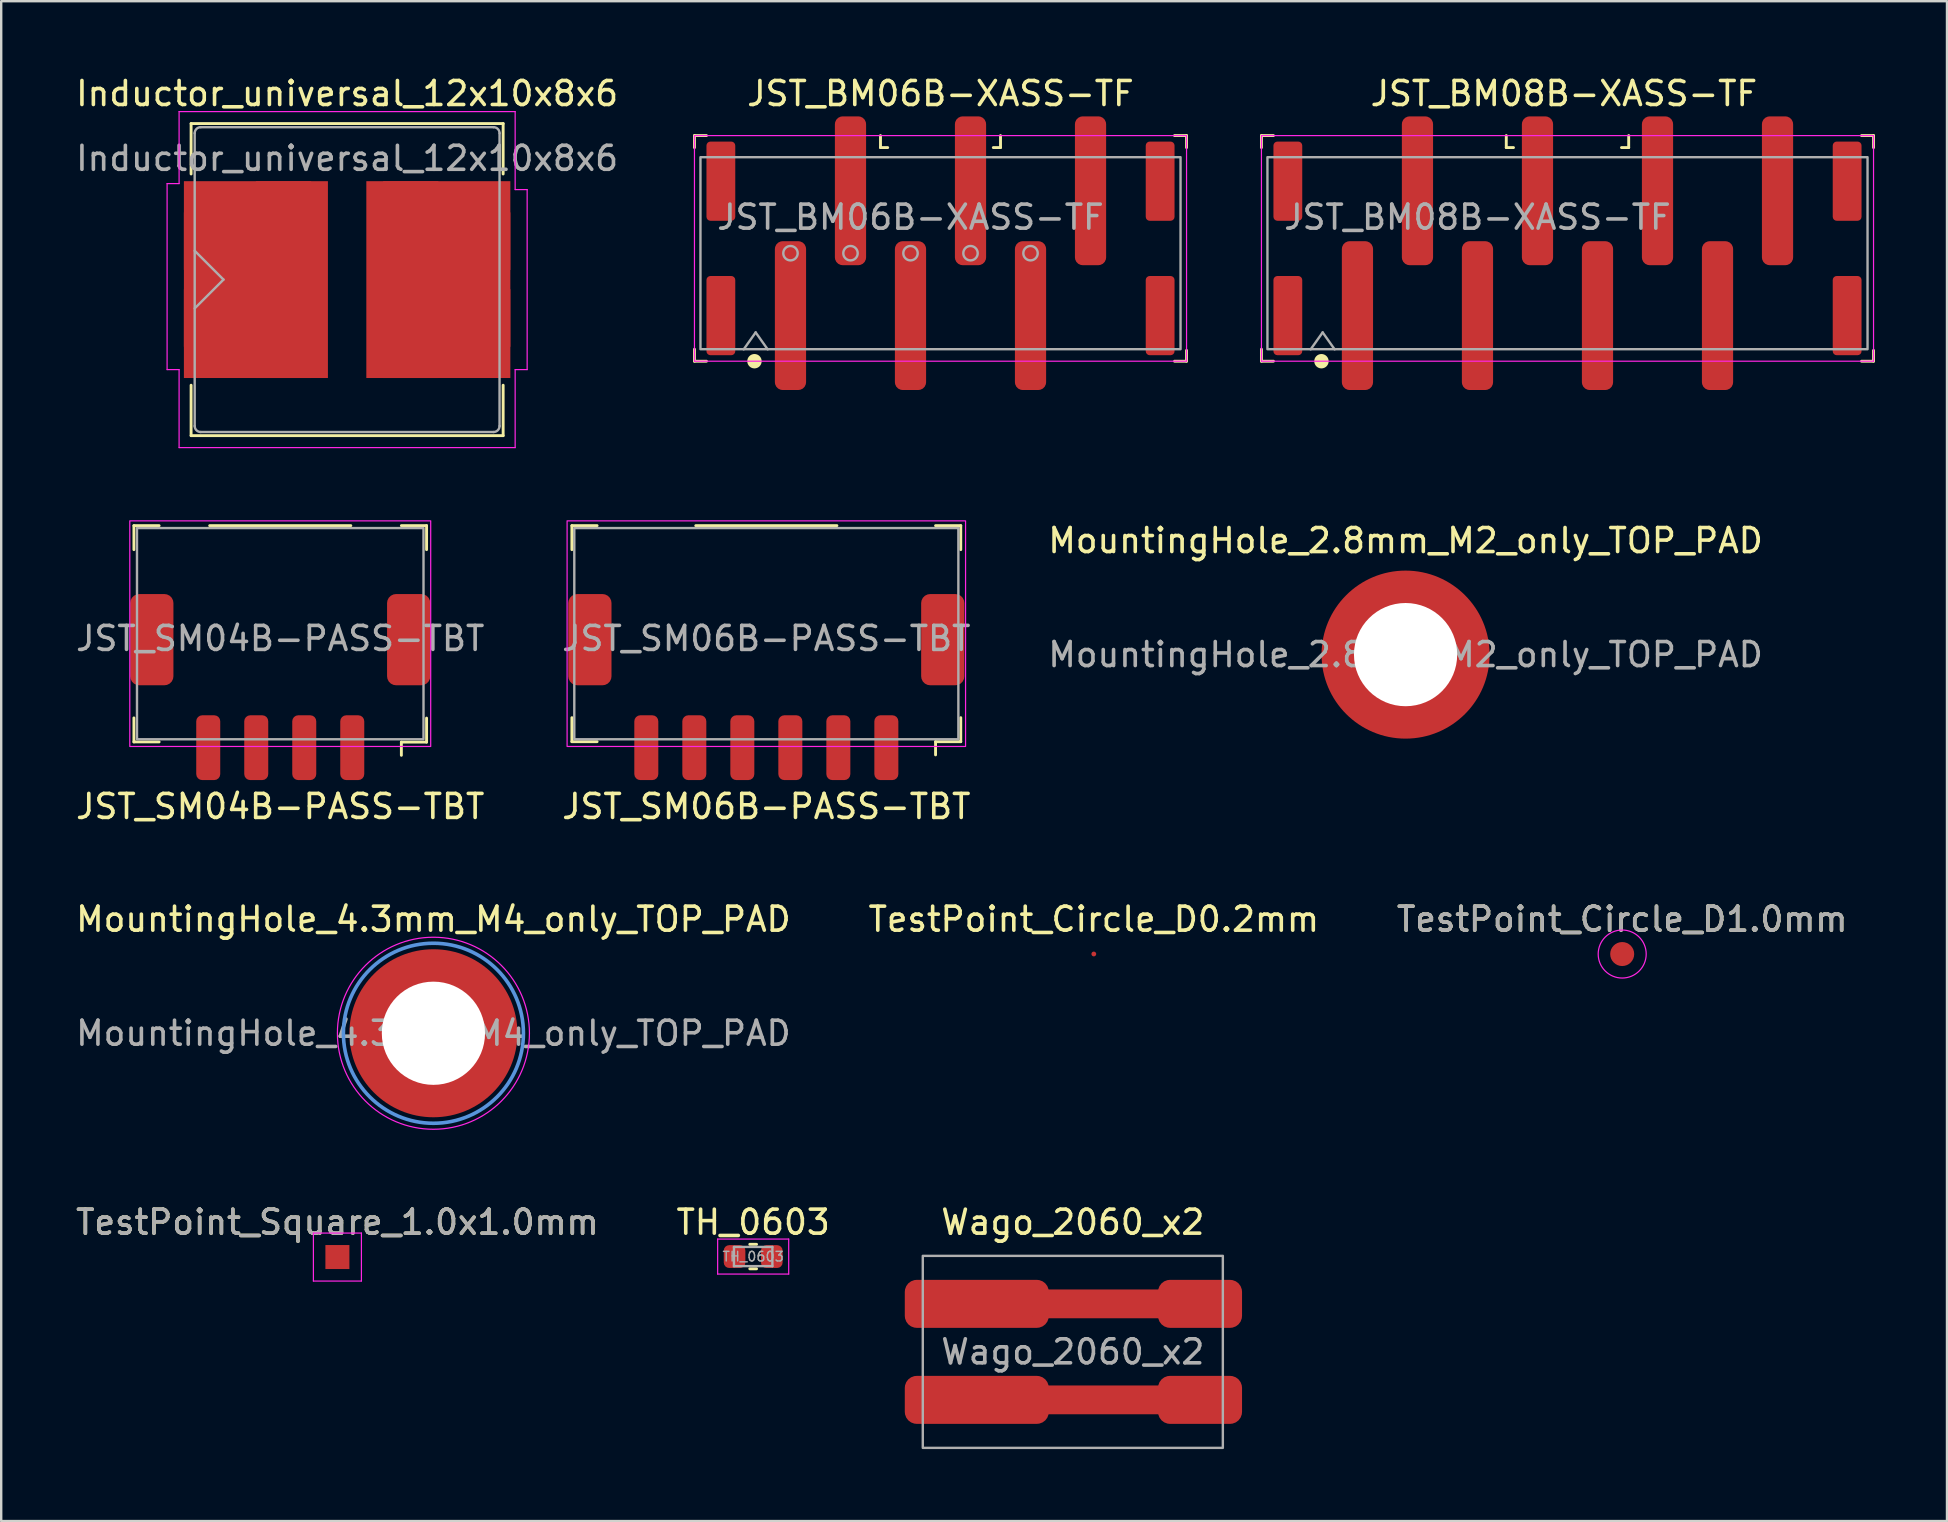
<source format=kicad_pcb>
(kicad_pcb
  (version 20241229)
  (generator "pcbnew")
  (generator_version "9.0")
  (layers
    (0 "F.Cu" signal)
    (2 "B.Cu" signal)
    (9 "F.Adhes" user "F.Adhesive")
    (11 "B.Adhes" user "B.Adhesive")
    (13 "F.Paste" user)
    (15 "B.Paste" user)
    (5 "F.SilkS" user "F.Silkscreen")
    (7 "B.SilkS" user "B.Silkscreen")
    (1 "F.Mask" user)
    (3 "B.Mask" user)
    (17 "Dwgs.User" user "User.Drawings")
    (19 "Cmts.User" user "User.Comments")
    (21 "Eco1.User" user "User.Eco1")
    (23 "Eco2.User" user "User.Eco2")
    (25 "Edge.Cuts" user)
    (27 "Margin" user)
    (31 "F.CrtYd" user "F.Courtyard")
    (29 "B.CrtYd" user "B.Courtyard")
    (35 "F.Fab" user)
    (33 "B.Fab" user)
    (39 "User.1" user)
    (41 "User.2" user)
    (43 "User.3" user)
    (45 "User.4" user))
  (footprint "TestPoint_Square_1.0x1.0mm"
    (layer "F.Cu")
    (at 11.006 49.318)
    (property "Reference" "TestPoint_Square_1.0x1.0mm" (at 0 -1.448 0) (layer "F.SilkS") (effects (font (size 1 1) (thickness 0.15))))
    (attr exclude_from_pos_files exclude_from_bom)
    (fp_line (start -1 -1) (end -1 1) (stroke (width 0.05) (type solid)) (layer "F.CrtYd"))
    (fp_line (start -1 -1) (end 1 -1) (stroke (width 0.05) (type solid)) (layer "F.CrtYd"))
    (fp_line (start 1 1) (end -1 1) (stroke (width 0.05) (type solid)) (layer "F.CrtYd"))
    (fp_line (start 1 1) (end 1 -1) (stroke (width 0.05) (type solid)) (layer "F.CrtYd"))
    (fp_text user "${REFERENCE}" (at 0 -1.45 0) (layer "F.Fab") (effects (font (size 1 1) (thickness 0.15))))
    (pad "1" smd rect (at 0 0) (size 1 1) (layers "F.Cu" "F.Mask")))
  (footprint "JST_SM04B-PASS-TBT"
    (layer "F.Cu")
    (at 8.625 23.548)
    (property "Reference" "JST_SM04B-PASS-TBT" (at 0 7 180) (layer "F.SilkS") (effects (font (size 1 1) (thickness 0.15))))
    (attr smd)
    (fp_line (start -6.096 -4.7) (end -5.046 -4.7) (stroke (width 0.12) (type solid)) (layer "F.SilkS"))
    (fp_line (start -6.096 -3.7) (end -6.096 -4.7) (stroke (width 0.12) (type solid)) (layer "F.SilkS"))
    (fp_line (start -6.096 3.31) (end -6.096 4.31) (stroke (width 0.12) (type solid)) (layer "F.SilkS"))
    (fp_line (start -6.096 4.31) (end -5.046 4.31) (stroke (width 0.12) (type solid)) (layer "F.SilkS"))
    (fp_line (start 2.94 -4.7) (end -2.94 -4.7) (stroke (width 0.12) (type solid)) (layer "F.SilkS"))
    (fp_line (start 5.046 4.318) (end 5.046 4.868) (stroke (width 0.12) (type default)) (layer "F.SilkS"))
    (fp_line (start 6.096 -4.7) (end 5.046 -4.7) (stroke (width 0.12) (type solid)) (layer "F.SilkS"))
    (fp_line (start 6.096 -3.7) (end 6.096 -4.7) (stroke (width 0.12) (type solid)) (layer "F.SilkS"))
    (fp_line (start 6.096 3.318) (end 6.096 4.318) (stroke (width 0.12) (type solid)) (layer "F.SilkS"))
    (fp_line (start 6.096 4.318) (end 5.046 4.318) (stroke (width 0.12) (type solid)) (layer "F.SilkS"))
    (fp_rect (start -6.268 -4.9) (end 6.268 4.5) (stroke (width 0.05) (type default)) (fill no) (layer "F.CrtYd"))
    (fp_rect (start -5.968 -4.6) (end 5.968 4.2) (stroke (width 0.1) (type default)) (fill no) (layer "F.Fab"))
    (fp_text user "${REFERENCE}" (at 0 0 180) (layer "F.Fab") (effects (font (size 1 1) (thickness 0.15))))
    (pad "1" smd roundrect (at 3 4.55 180) (size 1 2.7) (layers "F.Cu" "F.Mask" "F.Paste") (roundrect_rratio 0.25))
    (pad "2" smd roundrect (at 1 4.55 180) (size 1 2.7) (layers "F.Cu" "F.Mask" "F.Paste") (roundrect_rratio 0.25))
    (pad "3" smd roundrect (at -1 4.55 180) (size 1 2.7) (layers "F.Cu" "F.Mask" "F.Paste") (roundrect_rratio 0.25))
    (pad "4" smd roundrect (at -3 4.55 180) (size 1 2.7) (layers "F.Cu" "F.Mask" "F.Paste") (roundrect_rratio 0.25))
    (pad "5" smd roundrect (at 5.35 0.05 180) (size 1.8 3.8) (layers "F.Cu" "F.Mask" "F.Paste") (roundrect_rratio 0.208))
    (pad "6" smd roundrect (at -5.35 0.05 180) (size 1.8 3.8) (layers "F.Cu" "F.Mask" "F.Paste") (roundrect_rratio 0.208)))
  (footprint "Wago_2060_x2"
    (layer "F.Cu")
    (at 41.643 53.268)
    (property "Reference" "Wago_2060_x2" (at 0 -5.4 0) (unlocked yes) (layer "F.SilkS") (effects (font (size 1 1) (thickness 0.15))))
    (attr smd)
    (fp_rect (start -6.25 -4) (end 6.25 4) (stroke (width 0.1) (type solid)) (fill no) (layer "F.Fab"))
    (fp_text user "${REFERENCE}" (at 0 0 0) (unlocked yes) (layer "F.Fab") (effects (font (size 1 1) (thickness 0.15))))
    (pad "1" smd roundrect (at -4 -2 270) (size 2 6) (layers "F.Cu" "F.Mask" "F.Paste") (roundrect_rratio 0.25))
    (pad "1" smd roundrect (at 1.3 -2 270) (size 1.2 6.2) (layers "F.Cu") (roundrect_rratio 0.25))
    (pad "1" smd roundrect (at 5.3 -2 270) (size 2 3.5) (layers "F.Cu" "F.Mask" "F.Paste") (roundrect_rratio 0.25))
    (pad "2" smd roundrect (at -4 2 270) (size 2 6) (layers "F.Cu" "F.Mask" "F.Paste") (roundrect_rratio 0.25))
    (pad "2" smd roundrect (at 1.3 2 270) (size 1.2 6.2) (layers "F.Cu") (roundrect_rratio 0.25))
    (pad "2" smd roundrect (at 5.3 2 270) (size 2 3.5) (layers "F.Cu" "F.Mask" "F.Paste") (roundrect_rratio 0.25)))
  (footprint "Inductor_universal_12x10x8x6"
    (layer "F.Cu")
    (at 11.411 8.598)
    (property "Reference" "Inductor_universal_12x10x8x6" (at 0 -7.75 0) (layer "F.SilkS") (effects (font (size 1 1) (thickness 0.15))))
    (attr smd)
    (fp_line (start -6.5 -6.5) (end -6.5 -4.4) (stroke (width 0.12) (type solid)) (layer "F.SilkS"))
    (fp_line (start -6.5 -6.5) (end 6.5 -6.5) (stroke (width 0.12) (type solid)) (layer "F.SilkS"))
    (fp_line (start -6.5 4.4) (end -6.5 6.5) (stroke (width 0.12) (type solid)) (layer "F.SilkS"))
    (fp_line (start 6.5 -6.5) (end 6.5 -4.4) (stroke (width 0.12) (type solid)) (layer "F.SilkS"))
    (fp_line (start 6.5 4.4) (end 6.5 6.5) (stroke (width 0.12) (type solid)) (layer "F.SilkS"))
    (fp_line (start 6.5 6.5) (end -6.5 6.5) (stroke (width 0.12) (type solid)) (layer "F.SilkS"))
    (fp_line (start -7.5 -4) (end -7.5 3.75) (stroke (width 0.05) (type solid)) (layer "F.CrtYd"))
    (fp_line (start -7.5 -4) (end -7 -4) (stroke (width 0.05) (type solid)) (layer "F.CrtYd"))
    (fp_line (start -7 -7) (end -7 -4) (stroke (width 0.05) (type solid)) (layer "F.CrtYd"))
    (fp_line (start -7 -7) (end 7 -7) (stroke (width 0.05) (type solid)) (layer "F.CrtYd"))
    (fp_line (start -7 3.75) (end -7.5 3.75) (stroke (width 0.05) (type solid)) (layer "F.CrtYd"))
    (fp_line (start -7 7) (end -7 3.75) (stroke (width 0.05) (type solid)) (layer "F.CrtYd"))
    (fp_line (start 7 -7) (end 7 -3.75) (stroke (width 0.05) (type solid)) (layer "F.CrtYd"))
    (fp_line (start 7 3.75) (end 7 7) (stroke (width 0.05) (type solid)) (layer "F.CrtYd"))
    (fp_line (start 7 7) (end -7 7) (stroke (width 0.05) (type solid)) (layer "F.CrtYd"))
    (fp_line (start 7.5 -3.75) (end 7 -3.75) (stroke (width 0.05) (type solid)) (layer "F.CrtYd"))
    (fp_line (start 7.5 -3.75) (end 7.5 3.75) (stroke (width 0.05) (type solid)) (layer "F.CrtYd"))
    (fp_line (start 7.5 3.75) (end 7 3.75) (stroke (width 0.05) (type solid)) (layer "F.CrtYd"))
    (fp_line (start -6.35 -6.1) (end -6.35 6.1) (stroke (width 0.1) (type solid)) (layer "F.Fab"))
    (fp_line (start -6.1 -6.35) (end 6.1 -6.35) (stroke (width 0.1) (type solid)) (layer "F.Fab"))
    (fp_line (start -5.15 0) (end -6.35 -1.2) (stroke (width 0.1) (type solid)) (layer "F.Fab"))
    (fp_line (start -5.15 0) (end -6.35 1.2) (stroke (width 0.1) (type solid)) (layer "F.Fab"))
    (fp_line (start 6.1 6.35) (end -6.1 6.35) (stroke (width 0.1) (type solid)) (layer "F.Fab"))
    (fp_line (start 6.35 -6.1) (end 6.35 6.1) (stroke (width 0.1) (type solid)) (layer "F.Fab"))
    (fp_arc (start -6.35 -6.1) (mid -6.276777 -6.276777) (end -6.1 -6.35) (stroke (width 0.1) (type solid)) (layer "F.Fab"))
    (fp_arc (start -6.1 6.35) (mid -6.276777 6.276777) (end -6.35 6.1) (stroke (width 0.1) (type solid)) (layer "F.Fab"))
    (fp_arc (start 6.1 -6.35) (mid 6.276777 -6.276777) (end 6.35 -6.1) (stroke (width 0.1) (type solid)) (layer "F.Fab"))
    (fp_arc (start 6.35 6.1) (mid 6.276777 6.276777) (end 6.1 6.35) (stroke (width 0.1) (type solid)) (layer "F.Fab"))
    (fp_text user "${REFERENCE}" (at 0 -5.05 0) (layer "F.Fab") (effects (font (size 1 1) (thickness 0.15))))
    (pad "1" smd rect (at -5.6 -1.6) (size 2.4 2.4) (layers "F.Cu" "F.Mask" "F.Paste"))
    (pad "1" smd rect (at -5.6 1.6) (size 2.4 2.4) (layers "F.Cu" "F.Mask" "F.Paste"))
    (pad "1" smd rect (at -3.8 0) (size 6 8.2) (layers "F.Cu"))
    (pad "1" smd rect (at -3.25 -1.475) (size 1.1 2.15) (layers "F.Cu" "F.Mask" "F.Paste"))
    (pad "1" smd rect (at -3.25 1.5) (size 1.1 2.2) (layers "F.Cu" "F.Mask" "F.Paste"))
    (pad "1" smd rect (at -2.65 -3.55) (size 2.3 1.1) (layers "F.Cu" "F.Mask" "F.Paste"))
    (pad "1" smd rect (at -2.65 3.55) (size 2.3 1.1) (layers "F.Cu" "F.Mask" "F.Paste"))
    (pad "1" smd rect (at -1.5 -1.475) (size 1.2 2.15) (layers "F.Cu" "F.Mask" "F.Paste"))
    (pad "1" smd rect (at -1.5 1.475) (size 1.2 2.15) (layers "F.Cu" "F.Mask" "F.Paste"))
    (pad "2" smd rect (at 1.45 1.475 180) (size 1.1 2.15) (layers "F.Cu" "F.Mask" "F.Paste"))
    (pad "2" smd rect (at 1.5 -1.475 180) (size 1.2 2.15) (layers "F.Cu" "F.Mask" "F.Paste"))
    (pad "2" smd rect (at 2.65 -3.55 180) (size 2.3 1.1) (layers "F.Cu" "F.Mask" "F.Paste"))
    (pad "2" smd rect (at 2.65 3.55 180) (size 2.3 1.1) (layers "F.Cu" "F.Mask" "F.Paste"))
    (pad "2" smd rect (at 3.25 -1.475 180) (size 1.1 2.15) (layers "F.Cu" "F.Mask" "F.Paste"))
    (pad "2" smd rect (at 3.25 1.475 180) (size 1.1 2.15) (layers "F.Cu" "F.Mask" "F.Paste"))
    (pad "2" smd rect (at 3.8 0 180) (size 6 8.2) (layers "F.Cu"))
    (pad "2" smd rect (at 5.6 -1.6 180) (size 2.4 2.4) (layers "F.Cu" "F.Mask" "F.Paste"))
    (pad "2" smd rect (at 5.6 1.6 180) (size 2.4 2.4) (layers "F.Cu" "F.Mask" "F.Paste")))
  (footprint "MountingHole_4.3mm_M4_only_TOP_PAD"
    (layer "F.Cu")
    (at 15.006 39.995)
    (property "Reference" "MountingHole_4.3mm_M4_only_TOP_PAD" (at 0 -4.75 0) (layer "F.SilkS") (effects (font (size 1 1) (thickness 0.15))))
    (attr exclude_from_pos_files exclude_from_bom)
    (fp_circle (center 0 0) (end 3.75 0) (stroke (width 0.15) (type solid)) (fill no) (layer "Cmts.User"))
    (fp_circle (center 0 0) (end 4 0) (stroke (width 0.05) (type solid)) (fill no) (layer "F.CrtYd"))
    (fp_text user "${REFERENCE}" (at 0 0 0) (layer "F.Fab") (effects (font (size 1 1) (thickness 0.15))))
    (pad "" np_thru_hole circle (at 0 0) (size 7 7) (drill 4.3) (layers "F.Cu" "F.Mask")))
  (footprint "JST_BM08B-XASS-TF"
    (layer "F.Cu")
    (at 62.251 7.498)
    (property "Reference" "JST_BM08B-XASS-TF" (at -0.15 -6.65 0) (layer "F.SilkS") (effects (font (size 1 1) (thickness 0.15))))
    (attr smd)
    (fp_line (start -12.75 -4.9) (end -12.75 -4.4) (stroke (width 0.12) (type solid)) (layer "F.SilkS"))
    (fp_line (start -12.75 -4.9) (end -12.25 -4.9) (stroke (width 0.12) (type solid)) (layer "F.SilkS"))
    (fp_line (start -12.75 4) (end -12.75 4.5) (stroke (width 0.12) (type solid)) (layer "F.SilkS"))
    (fp_line (start -12.75 4.5) (end -12.25 4.5) (stroke (width 0.12) (type solid)) (layer "F.SilkS"))
    (fp_line (start -2.55 -4.9) (end -2.55 -4.4) (stroke (width 0.12) (type solid)) (layer "F.SilkS"))
    (fp_line (start -2.55 -4.4) (end -2.25 -4.4) (stroke (width 0.12) (type solid)) (layer "F.SilkS"))
    (fp_line (start 2.25 -4.4) (end 2.55 -4.4) (stroke (width 0.12) (type solid)) (layer "F.SilkS"))
    (fp_line (start 2.55 -4.9) (end 2.55 -4.4) (stroke (width 0.12) (type solid)) (layer "F.SilkS"))
    (fp_line (start 12.75 -4.9) (end 12.25 -4.9) (stroke (width 0.12) (type solid)) (layer "F.SilkS"))
    (fp_line (start 12.75 -4.9) (end 12.75 -4.4) (stroke (width 0.12) (type solid)) (layer "F.SilkS"))
    (fp_line (start 12.75 4.05) (end 12.75 4.5) (stroke (width 0.12) (type solid)) (layer "F.SilkS"))
    (fp_line (start 12.75 4.5) (end 12.25 4.5) (stroke (width 0.12) (type solid)) (layer "F.SilkS"))
    (fp_circle (center -10.25 4.5) (end -10 4.5) (stroke (width 0.1) (type solid)) (fill yes) (layer "F.SilkS"))
    (fp_line (start -12.75 -4.9) (end -12.75 4.5) (stroke (width 0.05) (type solid)) (layer "F.CrtYd"))
    (fp_line (start -12.75 4.5) (end 12.75 4.5) (stroke (width 0.05) (type solid)) (layer "F.CrtYd"))
    (fp_line (start 12.75 -4.9) (end -12.75 -4.9) (stroke (width 0.05) (type solid)) (layer "F.CrtYd"))
    (fp_line (start 12.75 4.5) (end 12.75 -4.9) (stroke (width 0.05) (type solid)) (layer "F.CrtYd"))
    (fp_line (start -10.7 4.007) (end -10.2 3.3) (stroke (width 0.1) (type solid)) (layer "F.Fab"))
    (fp_line (start -10.2 3.3) (end -9.7 4.007) (stroke (width 0.1) (type solid)) (layer "F.Fab"))
    (fp_rect (start -12.5 -4) (end 12.5 4) (stroke (width 0.1) (type default)) (fill no) (layer "F.Fab"))
    (fp_text user "${REFERENCE}" (at -3.75 -1.5 0) (layer "F.Fab") (effects (font (size 1 1) (thickness 0.15))))
    (pad "1" smd roundrect (at -8.75 2.6) (size 1.3 6.2) (layers "F.Cu" "F.Mask" "F.Paste") (roundrect_rratio 0.25))
    (pad "2" smd roundrect (at -6.25 -2.6) (size 1.3 6.2) (layers "F.Cu" "F.Mask" "F.Paste") (roundrect_rratio 0.25))
    (pad "3" smd roundrect (at -3.75 2.6) (size 1.3 6.2) (layers "F.Cu" "F.Mask" "F.Paste") (roundrect_rratio 0.25))
    (pad "4" smd roundrect (at -1.25 -2.6) (size 1.3 6.2) (layers "F.Cu" "F.Mask" "F.Paste") (roundrect_rratio 0.25))
    (pad "5" smd roundrect (at 1.25 2.6) (size 1.3 6.2) (layers "F.Cu" "F.Mask" "F.Paste") (roundrect_rratio 0.25))
    (pad "6" smd roundrect (at 3.75 -2.6) (size 1.3 6.2) (layers "F.Cu" "F.Mask" "F.Paste") (roundrect_rratio 0.25))
    (pad "7" smd roundrect (at 6.25 2.6) (size 1.3 6.2) (layers "F.Cu" "F.Mask" "F.Paste") (roundrect_rratio 0.25))
    (pad "8" smd roundrect (at 8.75 -2.6) (size 1.3 6.2) (layers "F.Cu" "F.Mask" "F.Paste") (roundrect_rratio 0.25))
    (pad "9" smd roundrect (at 11.65 -3) (size 1.2 3.3) (layers "F.Cu" "F.Mask" "F.Paste") (roundrect_rratio 0.139))
    (pad "10" smd roundrect (at 11.65 2.6) (size 1.2 3.3) (layers "F.Cu" "F.Mask" "F.Paste") (roundrect_rratio 0.139))
    (pad "11" smd roundrect (at -11.65 -3) (size 1.2 3.3) (layers "F.Cu" "F.Mask" "F.Paste") (roundrect_rratio 0.139))
    (pad "12" smd roundrect (at -11.65 2.6) (size 1.2 3.3) (layers "F.Cu" "F.Mask" "F.Paste") (roundrect_rratio 0.139)))
  (footprint "MountingHole_2.8mm_M2_only_TOP_PAD"
    (layer "F.Cu")
    (at 55.506 24.221)
    (property "Reference" "MountingHole_2.8mm_M2_only_TOP_PAD" (at 0 -4.75 0) (layer "F.SilkS") (effects (font (size 1 1) (thickness 0.15))))
    (attr exclude_from_pos_files exclude_from_bom)
    (fp_text user "${REFERENCE}" (at 0 0 0) (layer "F.Fab") (effects (font (size 1 1) (thickness 0.15))))
    (pad "" np_thru_hole circle (at 0 0) (size 7 7) (drill 4.3) (layers "F.Cu" "F.Mask")))
  (footprint "TH_0603"
    (layer "F.Cu")
    (at 28.327 49.298)
    (property "Reference" "TH_0603" (at 0 -1.43 0) (layer "F.SilkS") (effects (font (size 1 1) (thickness 0.15))))
    (attr smd)
    (fp_line (start -0.141 -0.51) (end 0.141 -0.51) (stroke (width 0.12) (type solid)) (layer "F.SilkS"))
    (fp_line (start -0.141 0.51) (end 0.141 0.51) (stroke (width 0.12) (type solid)) (layer "F.SilkS"))
    (fp_line (start -1.48 -0.73) (end 1.48 -0.73) (stroke (width 0.05) (type solid)) (layer "F.CrtYd"))
    (fp_line (start -1.48 0.73) (end -1.48 -0.73) (stroke (width 0.05) (type solid)) (layer "F.CrtYd"))
    (fp_line (start 1.48 -0.73) (end 1.48 0.73) (stroke (width 0.05) (type solid)) (layer "F.CrtYd"))
    (fp_line (start 1.48 0.73) (end -1.48 0.73) (stroke (width 0.05) (type solid)) (layer "F.CrtYd"))
    (fp_line (start -0.8 -0.4) (end 0.8 -0.4) (stroke (width 0.1) (type solid)) (layer "F.Fab"))
    (fp_line (start -0.8 0.4) (end -0.8 -0.4) (stroke (width 0.1) (type solid)) (layer "F.Fab"))
    (fp_line (start 0.8 -0.4) (end 0.8 0.4) (stroke (width 0.1) (type solid)) (layer "F.Fab"))
    (fp_line (start 0.8 0.4) (end -0.8 0.4) (stroke (width 0.1) (type solid)) (layer "F.Fab"))
    (fp_text user "${REFERENCE}" (at 0 0 0) (layer "F.Fab") (effects (font (size 0.4 0.4) (thickness 0.06))))
    (pad "1" smd roundrect (at -0.775 0) (size 0.9 0.95) (layers "F.Cu" "F.Mask" "F.Paste") (roundrect_rratio 0.25))
    (pad "2" smd roundrect (at 0.775 0) (size 0.9 0.95) (layers "F.Cu" "F.Mask" "F.Paste") (roundrect_rratio 0.25)))
  (footprint "TestPoint_Circle_D1.0mm"
    (layer "F.Cu")
    (at 64.53 36.695)
    (property "Reference" "TestPoint_Circle_D1.0mm" (at 0 -1.448 0) (layer "F.SilkS") (effects (font (size 1 1) (thickness 0.15))))
    (attr exclude_from_pos_files exclude_from_bom)
    (fp_circle (center 0 0) (end 1 0) (stroke (width 0.05) (type solid)) (fill no) (layer "F.CrtYd"))
    (fp_text user "${REFERENCE}" (at 0 -1.45 0) (layer "F.Fab") (effects (font (size 1 1) (thickness 0.15))))
    (pad "1" smd circle (at 0 0) (size 1 1) (layers "F.Cu" "F.Mask")))
  (footprint "TestPoint_Circle_D0.2mm"
    (layer "F.Cu")
    (at 42.518 36.693)
    (property "Reference" "TestPoint_Circle_D0.2mm" (at 0 -1.448 0) (layer "F.SilkS") (effects (font (size 1 1) (thickness 0.15))))
    (attr exclude_from_pos_files exclude_from_bom)
    (pad "1" smd circle (at 0 0) (size 0.2 0.2) (layers "F.Cu" "F.Mask")))
  (footprint "JST_BM06B-XASS-TF"
    (layer "F.Cu")
    (at 36.131 7.498)
    (property "Reference" "JST_BM06B-XASS-TF" (at 0 -6.65 0) (layer "F.SilkS") (effects (font (size 1 1) (thickness 0.15))))
    (attr smd)
    (fp_line (start -10.25 -4.9) (end -10.25 -4.4) (stroke (width 0.12) (type solid)) (layer "F.SilkS"))
    (fp_line (start -10.25 -4.9) (end -9.75 -4.9) (stroke (width 0.12) (type solid)) (layer "F.SilkS"))
    (fp_line (start -10.25 4) (end -10.25 4.5) (stroke (width 0.12) (type solid)) (layer "F.SilkS"))
    (fp_line (start -10.25 4.5) (end -9.75 4.5) (stroke (width 0.12) (type solid)) (layer "F.SilkS"))
    (fp_line (start -2.5 -4.9) (end -2.5 -4.4) (stroke (width 0.12) (type solid)) (layer "F.SilkS"))
    (fp_line (start -2.5 -4.4) (end -2.2 -4.4) (stroke (width 0.12) (type solid)) (layer "F.SilkS"))
    (fp_line (start 2.2 -4.4) (end 2.5 -4.4) (stroke (width 0.12) (type solid)) (layer "F.SilkS"))
    (fp_line (start 2.5 -4.9) (end 2.5 -4.4) (stroke (width 0.12) (type solid)) (layer "F.SilkS"))
    (fp_line (start 10.25 -4.9) (end 9.75 -4.9) (stroke (width 0.12) (type solid)) (layer "F.SilkS"))
    (fp_line (start 10.25 -4.9) (end 10.25 -4.4) (stroke (width 0.12) (type solid)) (layer "F.SilkS"))
    (fp_line (start 10.25 4.05) (end 10.25 4.5) (stroke (width 0.12) (type solid)) (layer "F.SilkS"))
    (fp_line (start 10.25 4.5) (end 9.75 4.5) (stroke (width 0.12) (type solid)) (layer "F.SilkS"))
    (fp_circle (center -7.75 4.5) (end -7.5 4.5) (stroke (width 0.1) (type solid)) (fill yes) (layer "F.SilkS"))
    (fp_line (start -10.25 -4.9) (end -10.25 4.5) (stroke (width 0.05) (type solid)) (layer "F.CrtYd"))
    (fp_line (start -10.25 4.5) (end 10.25 4.5) (stroke (width 0.05) (type solid)) (layer "F.CrtYd"))
    (fp_line (start 10.25 -4.9) (end -10.25 -4.9) (stroke (width 0.05) (type solid)) (layer "F.CrtYd"))
    (fp_line (start 10.25 4.5) (end 10.25 -4.9) (stroke (width 0.05) (type solid)) (layer "F.CrtYd"))
    (fp_line (start -8.2 4.007) (end -7.7 3.3) (stroke (width 0.1) (type solid)) (layer "F.Fab"))
    (fp_line (start -7.7 3.3) (end -7.2 4.007) (stroke (width 0.1) (type solid)) (layer "F.Fab"))
    (fp_rect (start -10 -4) (end 10 4) (stroke (width 0.1) (type default)) (fill no) (layer "F.Fab"))
    (fp_circle (center -6.25 0) (end -5.95 0) (stroke (width 0.1) (type default)) (fill no) (layer "F.Fab"))
    (fp_circle (center -3.75 0) (end -3.45 0) (stroke (width 0.1) (type default)) (fill no) (layer "F.Fab"))
    (fp_circle (center -1.25 0) (end -0.95 0) (stroke (width 0.1) (type default)) (fill no) (layer "F.Fab"))
    (fp_circle (center 1.25 0) (end 1.55 0) (stroke (width 0.1) (type default)) (fill no) (layer "F.Fab"))
    (fp_circle (center 3.75 0) (end 4.05 0) (stroke (width 0.1) (type default)) (fill no) (layer "F.Fab"))
    (fp_text user "${REFERENCE}" (at -1.25 -1.5 0) (layer "F.Fab") (effects (font (size 1 1) (thickness 0.15))))
    (pad "1" smd roundrect (at -6.25 2.6) (size 1.3 6.2) (layers "F.Cu" "F.Mask" "F.Paste") (roundrect_rratio 0.25))
    (pad "2" smd roundrect (at -3.75 -2.6) (size 1.3 6.2) (layers "F.Cu" "F.Mask" "F.Paste") (roundrect_rratio 0.25))
    (pad "3" smd roundrect (at -1.25 2.6) (size 1.3 6.2) (layers "F.Cu" "F.Mask" "F.Paste") (roundrect_rratio 0.25))
    (pad "4" smd roundrect (at 1.25 -2.6) (size 1.3 6.2) (layers "F.Cu" "F.Mask" "F.Paste") (roundrect_rratio 0.25))
    (pad "5" smd roundrect (at 3.75 2.6) (size 1.3 6.2) (layers "F.Cu" "F.Mask" "F.Paste") (roundrect_rratio 0.25))
    (pad "6" smd roundrect (at 6.25 -2.6) (size 1.3 6.2) (layers "F.Cu" "F.Mask" "F.Paste") (roundrect_rratio 0.25))
    (pad "7" smd roundrect (at 9.15 2.6) (size 1.2 3.3) (layers "F.Cu" "F.Mask" "F.Paste") (roundrect_rratio 0.139))
    (pad "8" smd roundrect (at 9.15 -3) (size 1.2 3.3) (layers "F.Cu" "F.Mask" "F.Paste") (roundrect_rratio 0.139))
    (pad "9" smd roundrect (at -9.15 -3) (size 1.2 3.3) (layers "F.Cu" "F.Mask" "F.Paste") (roundrect_rratio 0.139))
    (pad "10" smd roundrect (at -9.15 2.6) (size 1.2 3.3) (layers "F.Cu" "F.Mask" "F.Paste") (roundrect_rratio 0.139)))
  (footprint "JST_SM06B-PASS-TBT"
    (layer "F.Cu")
    (at 28.875 23.548)
    (property "Reference" "JST_SM06B-PASS-TBT" (at 0 7 180) (layer "F.SilkS") (effects (font (size 1 1) (thickness 0.15))))
    (attr smd)
    (fp_line (start -8.1 -4.7) (end -7.05 -4.7) (stroke (width 0.12) (type solid)) (layer "F.SilkS"))
    (fp_line (start -8.1 -3.7) (end -8.1 -4.7) (stroke (width 0.12) (type solid)) (layer "F.SilkS"))
    (fp_line (start -8.1 3.3) (end -8.1 4.3) (stroke (width 0.12) (type solid)) (layer "F.SilkS"))
    (fp_line (start -8.1 4.3) (end -7.05 4.3) (stroke (width 0.12) (type solid)) (layer "F.SilkS"))
    (fp_line (start 2.94 -4.7) (end -2.94 -4.7) (stroke (width 0.12) (type solid)) (layer "F.SilkS"))
    (fp_line (start 7.05 4.3) (end 7.05 4.85) (stroke (width 0.12) (type default)) (layer "F.SilkS"))
    (fp_line (start 8.1 -4.7) (end 7.05 -4.7) (stroke (width 0.12) (type solid)) (layer "F.SilkS"))
    (fp_line (start 8.1 -3.7) (end 8.1 -4.7) (stroke (width 0.12) (type solid)) (layer "F.SilkS"))
    (fp_line (start 8.1 3.3) (end 8.1 4.3) (stroke (width 0.12) (type solid)) (layer "F.SilkS"))
    (fp_line (start 8.1 4.3) (end 7.05 4.3) (stroke (width 0.12) (type solid)) (layer "F.SilkS"))
    (fp_rect (start -8.3 -4.9) (end 8.3 4.5) (stroke (width 0.05) (type default)) (fill no) (layer "F.CrtYd"))
    (fp_rect (start -8 -4.6) (end 8 4.2) (stroke (width 0.1) (type default)) (fill no) (layer "F.Fab"))
    (fp_text user "${REFERENCE}" (at 0 0 180) (layer "F.Fab") (effects (font (size 1 1) (thickness 0.15))))
    (pad "1" smd roundrect (at 5 4.55 180) (size 1 2.7) (layers "F.Cu" "F.Mask" "F.Paste") (roundrect_rratio 0.25))
    (pad "2" smd roundrect (at 3 4.55 180) (size 1 2.7) (layers "F.Cu" "F.Mask" "F.Paste") (roundrect_rratio 0.25))
    (pad "3" smd roundrect (at 1 4.55 180) (size 1 2.7) (layers "F.Cu" "F.Mask" "F.Paste") (roundrect_rratio 0.25))
    (pad "4" smd roundrect (at -1 4.55 180) (size 1 2.7) (layers "F.Cu" "F.Mask" "F.Paste") (roundrect_rratio 0.25))
    (pad "5" smd roundrect (at -3 4.55 180) (size 1 2.7) (layers "F.Cu" "F.Mask" "F.Paste") (roundrect_rratio 0.25))
    (pad "6" smd roundrect (at -5 4.55 180) (size 1 2.7) (layers "F.Cu" "F.Mask" "F.Paste") (roundrect_rratio 0.25))
    (pad "7" smd roundrect (at -7.35 0.05 180) (size 1.8 3.8) (layers "F.Cu" "F.Mask" "F.Paste") (roundrect_rratio 0.208))
    (pad "8" smd roundrect (at 7.35 0.05 180) (size 1.8 3.8) (layers "F.Cu" "F.Mask" "F.Paste") (roundrect_rratio 0.208)))
  (gr_rect
    (start -3 -3)
    (end 78.061 60.318)
    (stroke (width 0.1) (type default))
    (fill no)
    (layer "Edge.Cuts")))
</source>
